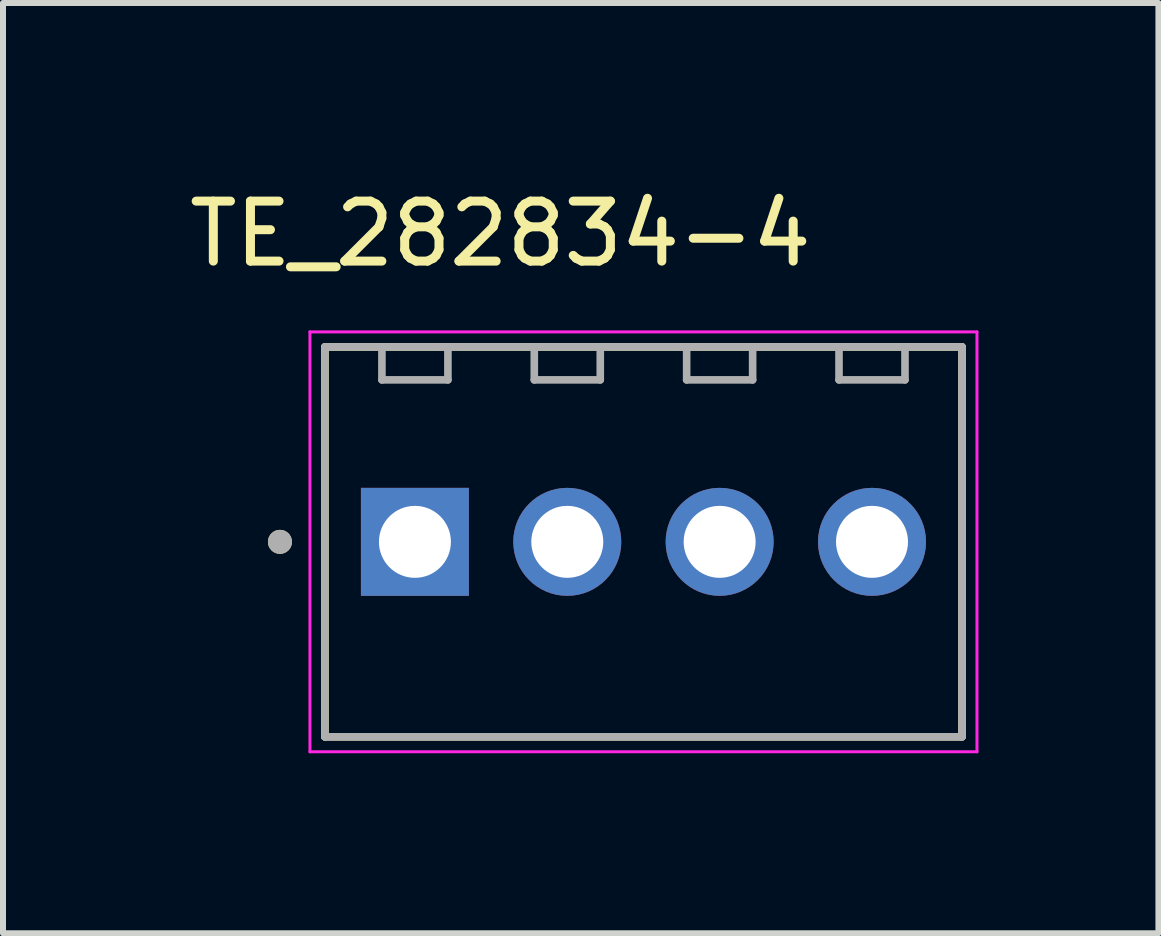
<source format=kicad_pcb>
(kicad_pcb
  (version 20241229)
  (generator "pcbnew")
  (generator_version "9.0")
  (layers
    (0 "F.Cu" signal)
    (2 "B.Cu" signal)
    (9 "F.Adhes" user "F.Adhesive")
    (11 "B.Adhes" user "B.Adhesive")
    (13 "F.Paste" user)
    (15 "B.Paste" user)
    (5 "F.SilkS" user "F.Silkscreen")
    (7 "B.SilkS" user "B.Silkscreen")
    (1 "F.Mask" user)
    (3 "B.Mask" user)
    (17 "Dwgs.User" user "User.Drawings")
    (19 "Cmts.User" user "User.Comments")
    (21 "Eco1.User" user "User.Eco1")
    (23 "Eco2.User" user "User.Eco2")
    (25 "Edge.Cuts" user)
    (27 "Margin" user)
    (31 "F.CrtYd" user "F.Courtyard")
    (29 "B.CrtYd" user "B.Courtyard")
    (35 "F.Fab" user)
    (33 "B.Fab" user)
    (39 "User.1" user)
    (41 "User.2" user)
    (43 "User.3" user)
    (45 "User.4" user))
  (footprint "TE_282834-4"
    (layer "F.Cu")
    (at 7.677 5.983)
    (property "Reference" "TE_282834-4" (at -2.385 -5.135 0) (layer "F.SilkS") (effects (font (size 1 1) (thickness 0.15))))
    (attr through_hole)
    (fp_line (start -5.31 -3.25) (end 5.31 -3.25) (stroke (width 0.127) (type solid)) (layer "F.SilkS"))
    (fp_line (start -5.31 3.25) (end -5.31 -3.25) (stroke (width 0.127) (type solid)) (layer "F.SilkS"))
    (fp_line (start 5.31 -3.25) (end 5.31 3.25) (stroke (width 0.127) (type solid)) (layer "F.SilkS"))
    (fp_line (start 5.31 3.25) (end -5.31 3.25) (stroke (width 0.127) (type solid)) (layer "F.SilkS"))
    (fp_circle (center -6.06 0) (end -5.96 0) (stroke (width 0.2) (type solid)) (fill no) (layer "F.SilkS"))
    (fp_line (start -5.56 -3.5) (end -5.56 3.5) (stroke (width 0.05) (type solid)) (layer "F.CrtYd"))
    (fp_line (start -5.56 3.5) (end 5.56 3.5) (stroke (width 0.05) (type solid)) (layer "F.CrtYd"))
    (fp_line (start 5.56 -3.5) (end -5.56 -3.5) (stroke (width 0.05) (type solid)) (layer "F.CrtYd"))
    (fp_line (start 5.56 3.5) (end 5.56 -3.5) (stroke (width 0.05) (type solid)) (layer "F.CrtYd"))
    (fp_line (start -5.31 -3.25) (end 5.31 -3.25) (stroke (width 0.127) (type solid)) (layer "F.Fab"))
    (fp_line (start -5.31 3.25) (end -5.31 -3.25) (stroke (width 0.127) (type solid)) (layer "F.Fab"))
    (fp_line (start -4.36 -2.7) (end -4.36 -3.2) (stroke (width 0.127) (type solid)) (layer "F.Fab"))
    (fp_line (start -4.36 -2.7) (end -3.26 -2.7) (stroke (width 0.127) (type solid)) (layer "F.Fab"))
    (fp_line (start -3.26 -2.7) (end -3.26 -3.2) (stroke (width 0.127) (type solid)) (layer "F.Fab"))
    (fp_line (start -1.82 -2.7) (end -1.82 -3.2) (stroke (width 0.127) (type solid)) (layer "F.Fab"))
    (fp_line (start -1.82 -2.7) (end -0.72 -2.7) (stroke (width 0.127) (type solid)) (layer "F.Fab"))
    (fp_line (start -0.72 -2.7) (end -0.72 -3.2) (stroke (width 0.127) (type solid)) (layer "F.Fab"))
    (fp_line (start 0.72 -2.7) (end 0.72 -3.2) (stroke (width 0.127) (type solid)) (layer "F.Fab"))
    (fp_line (start 0.72 -2.7) (end 1.82 -2.7) (stroke (width 0.127) (type solid)) (layer "F.Fab"))
    (fp_line (start 1.82 -2.7) (end 1.82 -3.2) (stroke (width 0.127) (type solid)) (layer "F.Fab"))
    (fp_line (start 3.26 -2.7) (end 3.26 -3.2) (stroke (width 0.127) (type solid)) (layer "F.Fab"))
    (fp_line (start 3.26 -2.7) (end 4.36 -2.7) (stroke (width 0.127) (type solid)) (layer "F.Fab"))
    (fp_line (start 4.36 -2.7) (end 4.36 -3.2) (stroke (width 0.127) (type solid)) (layer "F.Fab"))
    (fp_line (start 5.31 -3.25) (end 5.31 3.25) (stroke (width 0.127) (type solid)) (layer "F.Fab"))
    (fp_line (start 5.31 3.25) (end -5.31 3.25) (stroke (width 0.127) (type solid)) (layer "F.Fab"))
    (fp_circle (center -6.06 0) (end -5.96 0) (stroke (width 0.2) (type solid)) (fill no) (layer "F.Fab"))
    (pad "1" thru_hole rect (at -3.81 0) (size 1.8 1.8) (drill 1.2) (layers "*.Cu" "*.Mask"))
    (pad "2" thru_hole circle (at -1.27 0) (size 1.8 1.8) (drill 1.2) (layers "*.Cu" "*.Mask"))
    (pad "3" thru_hole circle (at 1.27 0) (size 1.8 1.8) (drill 1.2) (layers "*.Cu" "*.Mask"))
    (pad "4" thru_hole circle (at 3.81 0) (size 1.8 1.8) (drill 1.2) (layers "*.Cu" "*.Mask")))
  (gr_rect
    (start -3 -3)
    (end 16.262 12.508)
    (stroke (width 0.1) (type default))
    (fill no)
    (layer "Edge.Cuts")))
</source>
